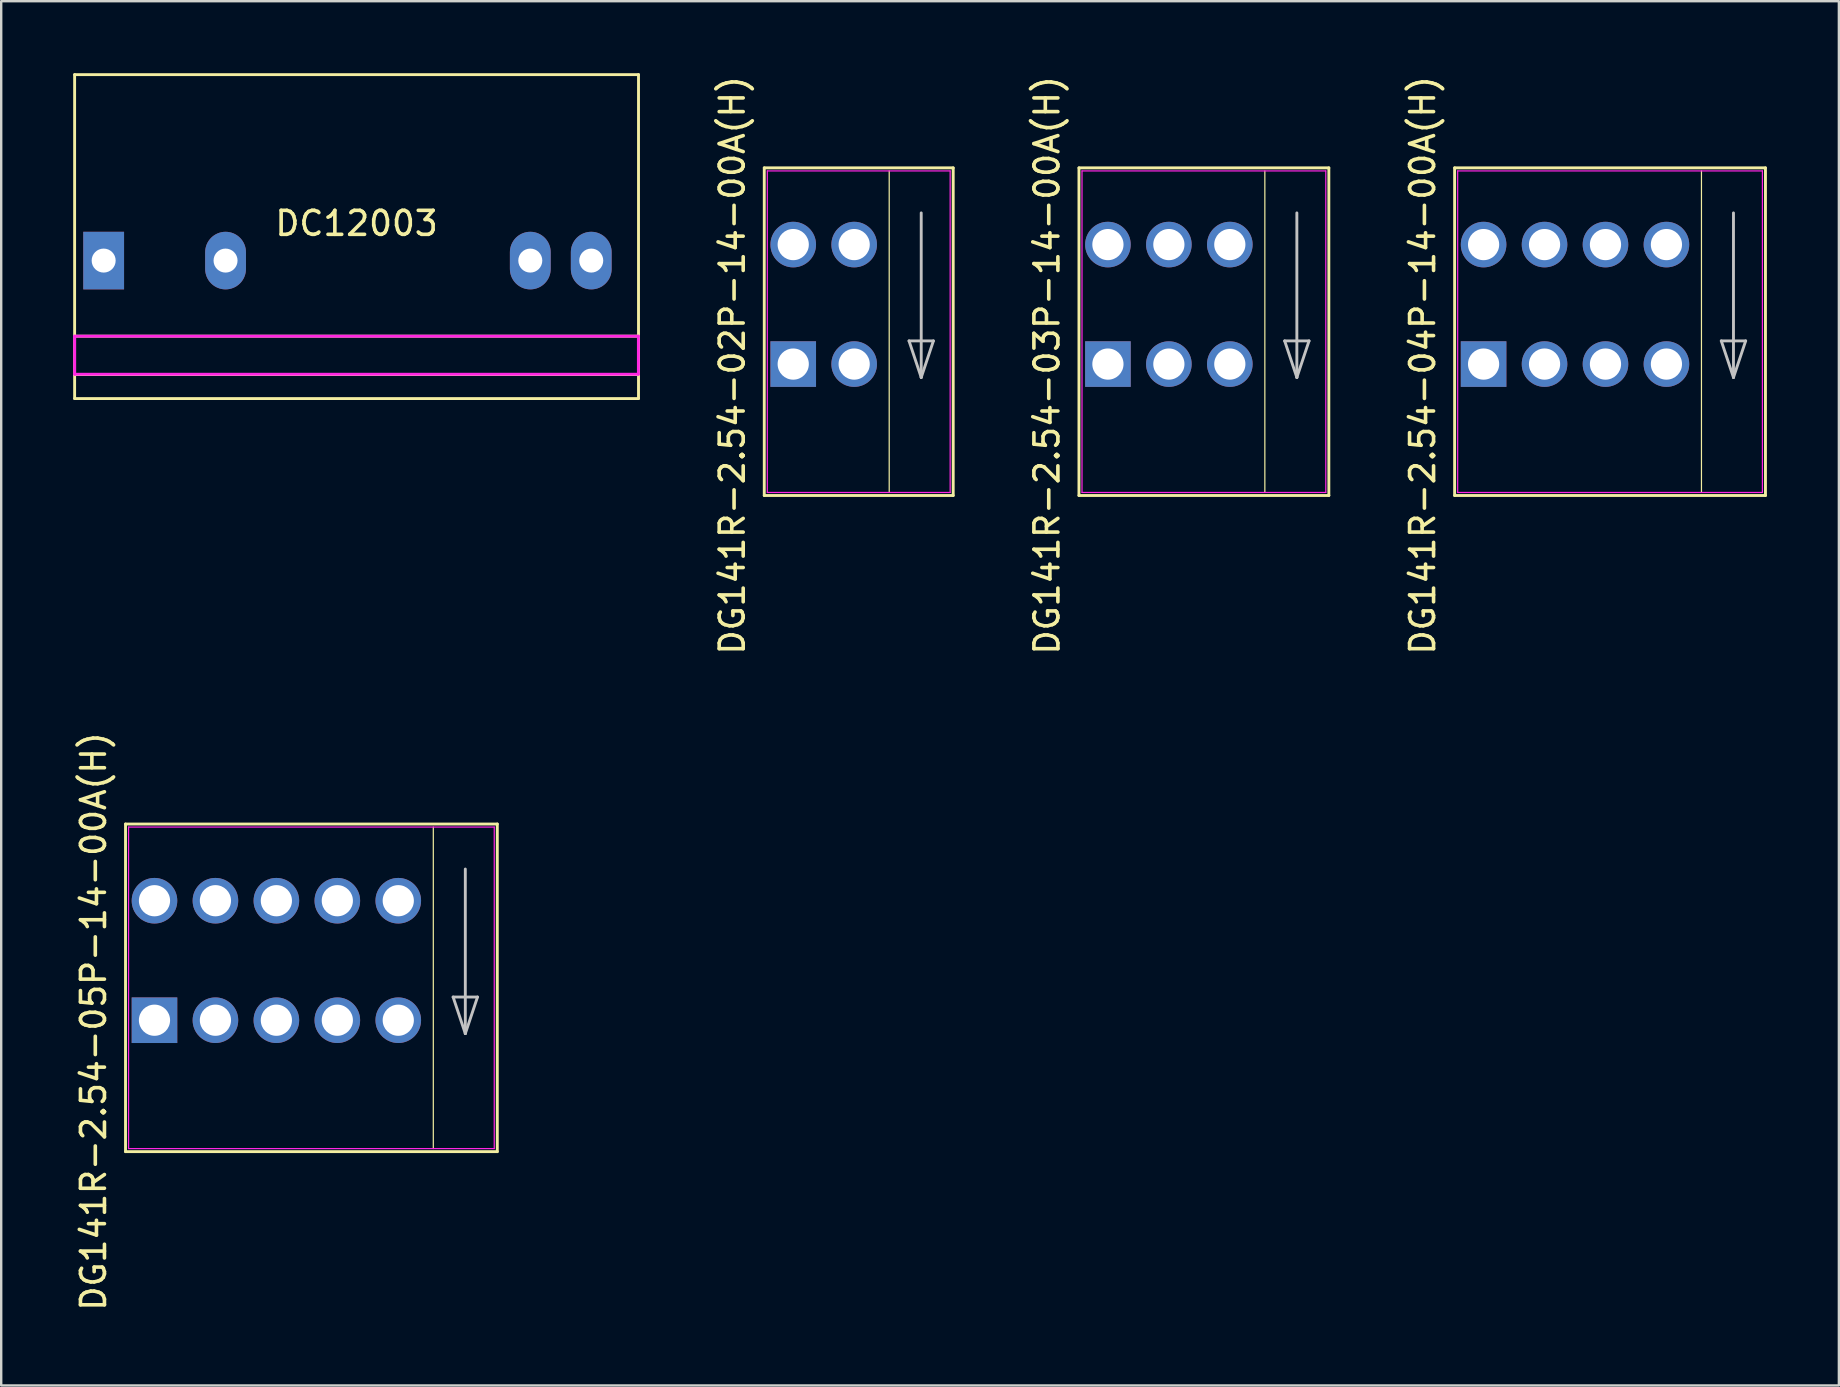
<source format=kicad_pcb>
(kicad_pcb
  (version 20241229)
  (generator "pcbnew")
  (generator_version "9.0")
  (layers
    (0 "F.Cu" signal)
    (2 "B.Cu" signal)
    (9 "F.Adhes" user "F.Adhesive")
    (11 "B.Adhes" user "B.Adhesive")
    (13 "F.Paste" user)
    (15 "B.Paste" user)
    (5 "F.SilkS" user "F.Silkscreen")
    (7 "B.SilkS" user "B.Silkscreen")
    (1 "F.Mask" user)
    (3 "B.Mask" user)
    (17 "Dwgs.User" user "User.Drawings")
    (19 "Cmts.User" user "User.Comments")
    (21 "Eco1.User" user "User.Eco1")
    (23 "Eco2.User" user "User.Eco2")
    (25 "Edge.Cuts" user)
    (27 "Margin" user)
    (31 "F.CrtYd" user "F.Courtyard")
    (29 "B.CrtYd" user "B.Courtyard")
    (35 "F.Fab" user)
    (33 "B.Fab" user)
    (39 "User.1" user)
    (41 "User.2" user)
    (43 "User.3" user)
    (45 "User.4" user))
  (footprint "DG141R-2.54-02P-14-00A(H)"
    (layer "F.Cu")
    (at 30.008 12.173)
    (property "Reference" "DG141R-2.54-02P-14-00A(H)" (at -2.54 0 90) (layer "F.SilkS") (effects (font (size 1 1) (thickness 0.15))))
    (attr through_hole)
    (fp_line (start -1.207 -8.227) (end -1.207 5.427) (stroke (width 0.12) (type solid)) (layer "F.SilkS"))
    (fp_line (start -1.207 -8.227) (end 6.667 -8.227) (stroke (width 0.12) (type solid)) (layer "F.SilkS"))
    (fp_line (start -1.207 5.427) (end 6.667 5.427) (stroke (width 0.12) (type solid)) (layer "F.SilkS"))
    (fp_line (start 4 -8.1) (end 4 5.3) (stroke (width 0.05) (type solid)) (layer "F.SilkS"))
    (fp_line (start 6.667 -8.227) (end 6.667 5.427) (stroke (width 0.12) (type solid)) (layer "F.SilkS"))
    (fp_line (start 4.826 -1.016) (end 5.842 -1.016) (stroke (width 0.12) (type solid)) (layer "Dwgs.User"))
    (fp_line (start 5.334 -6.35) (end 5.334 0.508) (stroke (width 0.12) (type solid)) (layer "Dwgs.User"))
    (fp_line (start 5.334 0.508) (end 4.826 -1.016) (stroke (width 0.12) (type solid)) (layer "Dwgs.User"))
    (fp_line (start 5.842 -1.016) (end 5.334 0.508) (stroke (width 0.12) (type solid)) (layer "Dwgs.User"))
    (fp_line (start -1.08 -8.1) (end -1.08 5.3) (stroke (width 0.05) (type solid)) (layer "F.CrtYd"))
    (fp_line (start -1.08 -8.1) (end 6.54 -8.1) (stroke (width 0.05) (type solid)) (layer "F.CrtYd"))
    (fp_line (start -1.08 5.3) (end 6.54 5.3) (stroke (width 0.05) (type solid)) (layer "F.CrtYd"))
    (fp_line (start 6.54 -8.1) (end 6.54 5.3) (stroke (width 0.05) (type solid)) (layer "F.CrtYd"))
    (pad "1" thru_hole circle (at 0 -5.03) (size 1.9 1.9) (drill 1.3) (layers "*.Cu" "*.Mask"))
    (pad "1" thru_hole rect (at 0 -0.05) (size 1.9 1.9) (drill 1.3) (layers "*.Cu" "*.Mask"))
    (pad "2" thru_hole circle (at 2.54 -5.03) (size 1.9 1.9) (drill 1.3) (layers "*.Cu" "*.Mask"))
    (pad "2" thru_hole circle (at 2.54 -0.05) (size 1.9 1.9) (drill 1.3) (layers "*.Cu" "*.Mask")))
  (footprint "DG141R-2.54-05P-14-00A(H)"
    (layer "F.Cu")
    (at 3.388 39.518)
    (property "Reference" "DG141R-2.54-05P-14-00A(H)" (at -2.54 0 90) (layer "F.SilkS") (effects (font (size 1 1) (thickness 0.15))))
    (attr through_hole)
    (fp_line (start -1.207 -8.227) (end -1.207 5.427) (stroke (width 0.12) (type solid)) (layer "F.SilkS"))
    (fp_line (start -1.207 -8.227) (end 14.287 -8.227) (stroke (width 0.12) (type solid)) (layer "F.SilkS"))
    (fp_line (start -1.207 5.427) (end 14.287 5.427) (stroke (width 0.12) (type solid)) (layer "F.SilkS"))
    (fp_line (start 11.62 -8.1) (end 11.62 5.3) (stroke (width 0.05) (type solid)) (layer "F.SilkS"))
    (fp_line (start 14.287 -8.227) (end 14.287 5.427) (stroke (width 0.12) (type solid)) (layer "F.SilkS"))
    (fp_line (start 12.446 -1.016) (end 13.462 -1.016) (stroke (width 0.12) (type solid)) (layer "Dwgs.User"))
    (fp_line (start 12.954 -6.35) (end 12.954 0.508) (stroke (width 0.12) (type solid)) (layer "Dwgs.User"))
    (fp_line (start 12.954 0.508) (end 12.446 -1.016) (stroke (width 0.12) (type solid)) (layer "Dwgs.User"))
    (fp_line (start 13.462 -1.016) (end 12.954 0.508) (stroke (width 0.12) (type solid)) (layer "Dwgs.User"))
    (fp_line (start -1.08 -8.1) (end -1.08 5.3) (stroke (width 0.05) (type solid)) (layer "F.CrtYd"))
    (fp_line (start -1.08 -8.1) (end 14.16 -8.1) (stroke (width 0.05) (type solid)) (layer "F.CrtYd"))
    (fp_line (start -1.08 5.3) (end 14.16 5.3) (stroke (width 0.05) (type solid)) (layer "F.CrtYd"))
    (fp_line (start 14.16 -8.1) (end 14.16 5.3) (stroke (width 0.05) (type solid)) (layer "F.CrtYd"))
    (pad "1" thru_hole circle (at 0 -5.03) (size 1.9 1.9) (drill 1.3) (layers "*.Cu" "*.Mask"))
    (pad "1" thru_hole rect (at 0 -0.05) (size 1.9 1.9) (drill 1.3) (layers "*.Cu" "*.Mask"))
    (pad "2" thru_hole circle (at 2.54 -5.03) (size 1.9 1.9) (drill 1.3) (layers "*.Cu" "*.Mask"))
    (pad "2" thru_hole circle (at 2.54 -0.05) (size 1.9 1.9) (drill 1.3) (layers "*.Cu" "*.Mask"))
    (pad "3" thru_hole circle (at 5.08 -5.03) (size 1.9 1.9) (drill 1.3) (layers "*.Cu" "*.Mask"))
    (pad "3" thru_hole circle (at 5.08 -0.05) (size 1.9 1.9) (drill 1.3) (layers "*.Cu" "*.Mask"))
    (pad "4" thru_hole circle (at 7.62 -5.03) (size 1.9 1.9) (drill 1.3) (layers "*.Cu" "*.Mask"))
    (pad "4" thru_hole circle (at 7.62 -0.05) (size 1.9 1.9) (drill 1.3) (layers "*.Cu" "*.Mask"))
    (pad "5" thru_hole circle (at 10.16 -5.03) (size 1.9 1.9) (drill 1.3) (layers "*.Cu" "*.Mask"))
    (pad "5" thru_hole circle (at 10.16 -0.05) (size 1.9 1.9) (drill 1.3) (layers "*.Cu" "*.Mask")))
  (footprint "DG141R-2.54-04P-14-00A(H)"
    (layer "F.Cu")
    (at 58.779 12.173)
    (property "Reference" "DG141R-2.54-04P-14-00A(H)" (at -2.54 0 90) (layer "F.SilkS") (effects (font (size 1 1) (thickness 0.15))))
    (attr through_hole)
    (fp_line (start -1.207 -8.227) (end -1.207 5.427) (stroke (width 0.12) (type solid)) (layer "F.SilkS"))
    (fp_line (start -1.207 -8.227) (end 11.747 -8.227) (stroke (width 0.12) (type solid)) (layer "F.SilkS"))
    (fp_line (start -1.207 5.427) (end 11.747 5.427) (stroke (width 0.12) (type solid)) (layer "F.SilkS"))
    (fp_line (start 9.08 -8.1) (end 9.08 5.3) (stroke (width 0.05) (type solid)) (layer "F.SilkS"))
    (fp_line (start 11.747 -8.227) (end 11.747 5.427) (stroke (width 0.12) (type solid)) (layer "F.SilkS"))
    (fp_line (start 9.906 -1.016) (end 10.922 -1.016) (stroke (width 0.12) (type solid)) (layer "Dwgs.User"))
    (fp_line (start 10.414 -6.35) (end 10.414 0.508) (stroke (width 0.12) (type solid)) (layer "Dwgs.User"))
    (fp_line (start 10.414 0.508) (end 9.906 -1.016) (stroke (width 0.12) (type solid)) (layer "Dwgs.User"))
    (fp_line (start 10.922 -1.016) (end 10.414 0.508) (stroke (width 0.12) (type solid)) (layer "Dwgs.User"))
    (fp_line (start -1.08 -8.1) (end -1.08 5.3) (stroke (width 0.05) (type solid)) (layer "F.CrtYd"))
    (fp_line (start -1.08 -8.1) (end 11.62 -8.1) (stroke (width 0.05) (type solid)) (layer "F.CrtYd"))
    (fp_line (start -1.08 5.3) (end 11.62 5.3) (stroke (width 0.05) (type solid)) (layer "F.CrtYd"))
    (fp_line (start 11.62 -8.1) (end 11.62 5.3) (stroke (width 0.05) (type solid)) (layer "F.CrtYd"))
    (pad "1" thru_hole circle (at 0 -5.03) (size 1.9 1.9) (drill 1.3) (layers "*.Cu" "*.Mask"))
    (pad "1" thru_hole rect (at 0 -0.05) (size 1.9 1.9) (drill 1.3) (layers "*.Cu" "*.Mask"))
    (pad "2" thru_hole circle (at 2.54 -5.03) (size 1.9 1.9) (drill 1.3) (layers "*.Cu" "*.Mask"))
    (pad "2" thru_hole circle (at 2.54 -0.05) (size 1.9 1.9) (drill 1.3) (layers "*.Cu" "*.Mask"))
    (pad "3" thru_hole circle (at 5.08 -5.03) (size 1.9 1.9) (drill 1.3) (layers "*.Cu" "*.Mask"))
    (pad "3" thru_hole circle (at 5.08 -0.05) (size 1.9 1.9) (drill 1.3) (layers "*.Cu" "*.Mask"))
    (pad "4" thru_hole circle (at 7.62 -5.03) (size 1.9 1.9) (drill 1.3) (layers "*.Cu" "*.Mask"))
    (pad "4" thru_hole circle (at 7.62 -0.05) (size 1.9 1.9) (drill 1.3) (layers "*.Cu" "*.Mask")))
  (footprint "DC12003"
    (layer "F.Cu")
    (at 1.27 7.81)
    (property "Reference" "DC12003" (at 10.54 -1.55 0) (layer "F.SilkS") (effects (font (size 1 1) (thickness 0.15))))
    (attr through_hole)
    (fp_line (start -1.21 -7.75) (end 22.29 -7.75) (stroke (width 0.12) (type solid)) (layer "F.SilkS"))
    (fp_line (start -1.21 3.15) (end 22.29 3.15) (stroke (width 0.12) (type solid)) (layer "F.SilkS"))
    (fp_line (start -1.21 4.75) (end 22.29 4.75) (stroke (width 0.12) (type solid)) (layer "F.SilkS"))
    (fp_line (start -1.21 5.75) (end -1.21 -7.75) (stroke (width 0.12) (type solid)) (layer "F.SilkS"))
    (fp_line (start -1.21 5.75) (end 22.29 5.75) (stroke (width 0.12) (type solid)) (layer "F.SilkS"))
    (fp_line (start 22.29 -7.75) (end 22.29 5.75) (stroke (width 0.12) (type solid)) (layer "F.SilkS"))
    (fp_line (start -1.21 3.15) (end 22.285 3.15) (stroke (width 0.12) (type solid)) (layer "F.CrtYd"))
    (fp_line (start -1.21 4.737) (end -1.21 3.15) (stroke (width 0.12) (type solid)) (layer "F.CrtYd"))
    (fp_line (start 22.285 3.15) (end 22.285 4.737) (stroke (width 0.12) (type solid)) (layer "F.CrtYd"))
    (fp_line (start 22.285 4.737) (end -1.21 4.737) (stroke (width 0.12) (type solid)) (layer "F.CrtYd"))
    (pad "1" thru_hole rect (at 0 0) (size 1.7 2.4) (drill 1) (layers "*.Cu" "*.Mask"))
    (pad "2" thru_hole oval (at 5.08 0) (size 1.7 2.4) (drill 1) (layers "*.Cu" "*.Mask"))
    (pad "3" thru_hole oval (at 17.78 0) (size 1.7 2.4) (drill 1) (layers "*.Cu" "*.Mask"))
    (pad "4" thru_hole oval (at 20.32 0) (size 1.7 2.4) (drill 1) (layers "*.Cu" "*.Mask")))
  (footprint "DG141R-2.54-03P-14-00A(H)"
    (layer "F.Cu")
    (at 43.123 12.173)
    (property "Reference" "DG141R-2.54-03P-14-00A(H)" (at -2.54 0 90) (layer "F.SilkS") (effects (font (size 1 1) (thickness 0.15))))
    (attr through_hole)
    (fp_line (start -1.207 -8.227) (end -1.207 5.427) (stroke (width 0.12) (type solid)) (layer "F.SilkS"))
    (fp_line (start -1.207 -8.227) (end 9.207 -8.227) (stroke (width 0.12) (type solid)) (layer "F.SilkS"))
    (fp_line (start -1.207 5.427) (end 9.207 5.427) (stroke (width 0.12) (type solid)) (layer "F.SilkS"))
    (fp_line (start 6.54 -8.1) (end 6.54 5.3) (stroke (width 0.05) (type solid)) (layer "F.SilkS"))
    (fp_line (start 9.207 -8.227) (end 9.207 5.427) (stroke (width 0.12) (type solid)) (layer "F.SilkS"))
    (fp_line (start 7.366 -1.016) (end 8.382 -1.016) (stroke (width 0.12) (type solid)) (layer "Dwgs.User"))
    (fp_line (start 7.874 -6.35) (end 7.874 0.508) (stroke (width 0.12) (type solid)) (layer "Dwgs.User"))
    (fp_line (start 7.874 0.508) (end 7.366 -1.016) (stroke (width 0.12) (type solid)) (layer "Dwgs.User"))
    (fp_line (start 8.382 -1.016) (end 7.874 0.508) (stroke (width 0.12) (type solid)) (layer "Dwgs.User"))
    (fp_line (start -1.08 -8.1) (end -1.08 5.3) (stroke (width 0.05) (type solid)) (layer "F.CrtYd"))
    (fp_line (start -1.08 -8.1) (end 9.08 -8.1) (stroke (width 0.05) (type solid)) (layer "F.CrtYd"))
    (fp_line (start -1.08 5.3) (end 9.08 5.3) (stroke (width 0.05) (type solid)) (layer "F.CrtYd"))
    (fp_line (start 9.08 -8.1) (end 9.08 5.3) (stroke (width 0.05) (type solid)) (layer "F.CrtYd"))
    (pad "1" thru_hole circle (at 0 -5.03) (size 1.9 1.9) (drill 1.3) (layers "*.Cu" "*.Mask"))
    (pad "1" thru_hole rect (at 0 -0.05) (size 1.9 1.9) (drill 1.3) (layers "*.Cu" "*.Mask"))
    (pad "2" thru_hole circle (at 2.54 -5.03) (size 1.9 1.9) (drill 1.3) (layers "*.Cu" "*.Mask"))
    (pad "2" thru_hole circle (at 2.54 -0.05) (size 1.9 1.9) (drill 1.3) (layers "*.Cu" "*.Mask"))
    (pad "3" thru_hole circle (at 5.08 -5.03) (size 1.9 1.9) (drill 1.3) (layers "*.Cu" "*.Mask"))
    (pad "3" thru_hole circle (at 5.08 -0.05) (size 1.9 1.9) (drill 1.3) (layers "*.Cu" "*.Mask")))
  (gr_rect
    (start -3 -3)
    (end 73.586 54.69)
    (stroke (width 0.1) (type default))
    (fill no)
    (layer "Edge.Cuts")))
</source>
